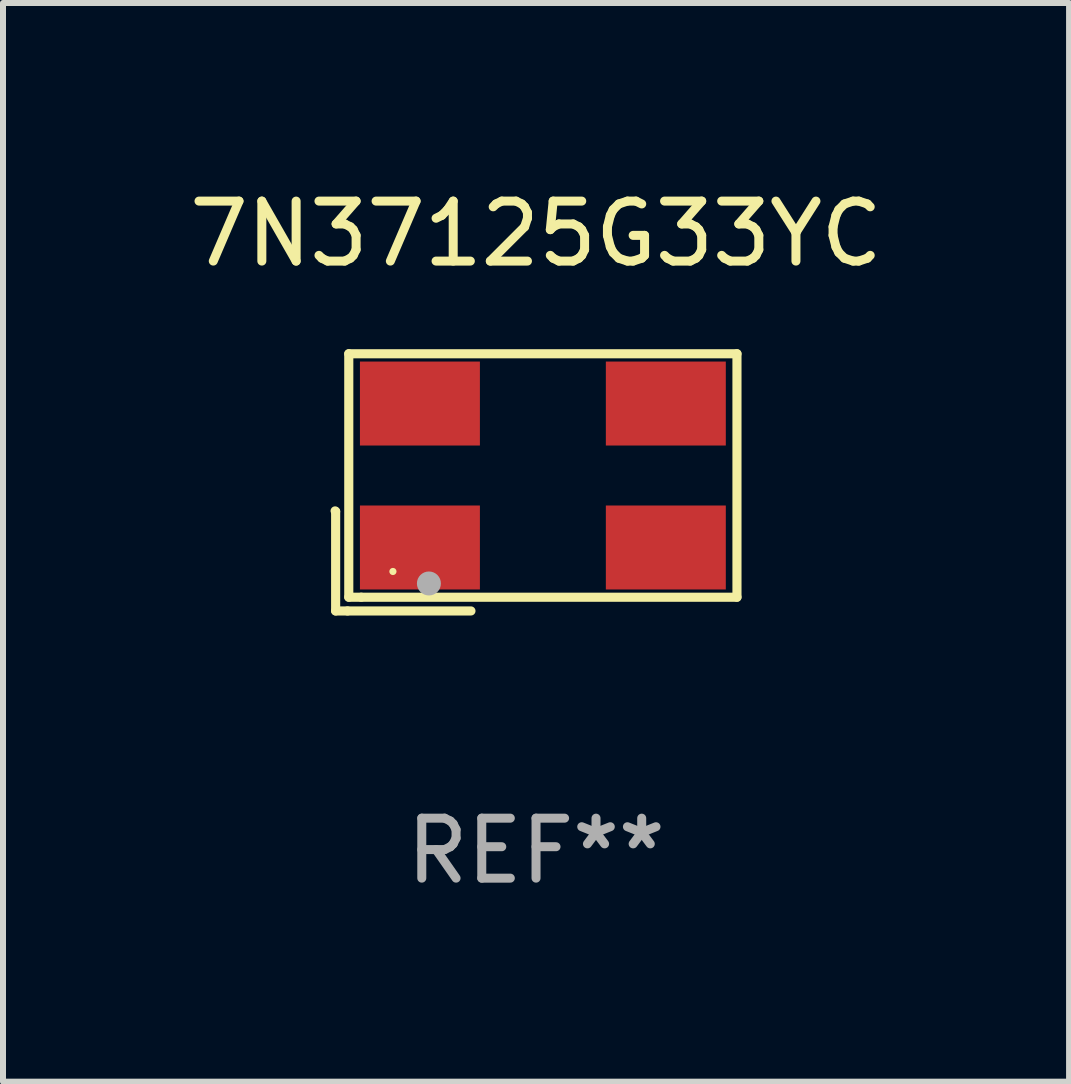
<source format=kicad_pcb>
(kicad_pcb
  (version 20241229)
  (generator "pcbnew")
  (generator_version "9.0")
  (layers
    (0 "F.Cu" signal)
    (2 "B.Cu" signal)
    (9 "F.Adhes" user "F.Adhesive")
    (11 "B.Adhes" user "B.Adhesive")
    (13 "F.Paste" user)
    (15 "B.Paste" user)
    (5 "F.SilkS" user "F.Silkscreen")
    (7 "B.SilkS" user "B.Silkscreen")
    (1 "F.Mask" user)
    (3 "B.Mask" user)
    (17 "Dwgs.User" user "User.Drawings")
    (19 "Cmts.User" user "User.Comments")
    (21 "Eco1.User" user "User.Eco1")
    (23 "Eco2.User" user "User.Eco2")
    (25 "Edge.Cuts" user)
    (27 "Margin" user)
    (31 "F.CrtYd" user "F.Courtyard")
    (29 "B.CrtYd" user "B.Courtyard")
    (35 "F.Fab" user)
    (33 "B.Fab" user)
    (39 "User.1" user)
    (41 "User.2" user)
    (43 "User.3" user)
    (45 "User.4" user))
  (footprint "7N37125G33YC"
    (layer "F.Cu")
    (at 5.887 4.992)
    (property "Reference" "7N37125G33YC" (at 0 -4.144 0) (layer "F.SilkS") (effects (font (size 1 1) (thickness 0.15))))
    (attr through_hole)
    (fp_line (start -3.35 0.476) (end -3.341 0.485) (stroke (width 0.152) (type solid)) (layer "F.SilkS"))
    (fp_line (start -3.341 0.485) (end -3.341 2.144) (stroke (width 0.152) (type solid)) (layer "F.SilkS"))
    (fp_line (start -3.341 2.144) (end -3.143 2.144) (stroke (width 0.152) (type solid)) (layer "F.SilkS"))
    (fp_line (start -3.143 2.144) (end -1.085 2.144) (stroke (width 0.152) (type solid)) (layer "F.SilkS"))
    (fp_line (start -3.122 -2.144) (end 3.35 -2.144) (stroke (width 0.152) (type solid)) (layer "F.SilkS"))
    (fp_line (start -3.122 1.915) (end -3.122 -2.144) (stroke (width 0.152) (type solid)) (layer "F.SilkS"))
    (fp_line (start -2.914 1.915) (end -3.122 1.915) (stroke (width 0.152) (type solid)) (layer "F.SilkS"))
    (fp_line (start 3.35 -2.144) (end 3.35 1.915) (stroke (width 0.152) (type solid)) (layer "F.SilkS"))
    (fp_line (start 3.35 1.915) (end -2.914 1.915) (stroke (width 0.152) (type solid)) (layer "F.SilkS"))
    (fp_circle (center -2.386 1.486) (end -2.356 1.486) (stroke (width 0.06) (type solid)) (fill no) (layer "F.SilkS"))
    (fp_circle (center -1.786 1.686) (end -1.686 1.686) (stroke (width 0.2) (type solid)) (fill no) (layer "F.Fab"))
    (fp_text user "REF**" (at 0 6.144 0) (layer "F.Fab") (effects (font (size 1 1) (thickness 0.15))))
    (pad "1" smd rect (at -1.936 1.086) (size 2 1.4) (layers "F.Cu" "F.Mask" "F.Paste"))
    (pad "2" smd rect (at 2.164 1.086) (size 2 1.4) (layers "F.Cu" "F.Mask" "F.Paste"))
    (pad "3" smd rect (at 2.164 -1.314) (size 2 1.4) (layers "F.Cu" "F.Mask" "F.Paste"))
    (pad "4" smd rect (at -1.936 -1.314) (size 2 1.4) (layers "F.Cu" "F.Mask" "F.Paste")))
  (gr_rect
    (start -3 -3)
    (end 14.774 14.984)
    (stroke (width 0.1) (type default))
    (fill no)
    (layer "Edge.Cuts")))
</source>
